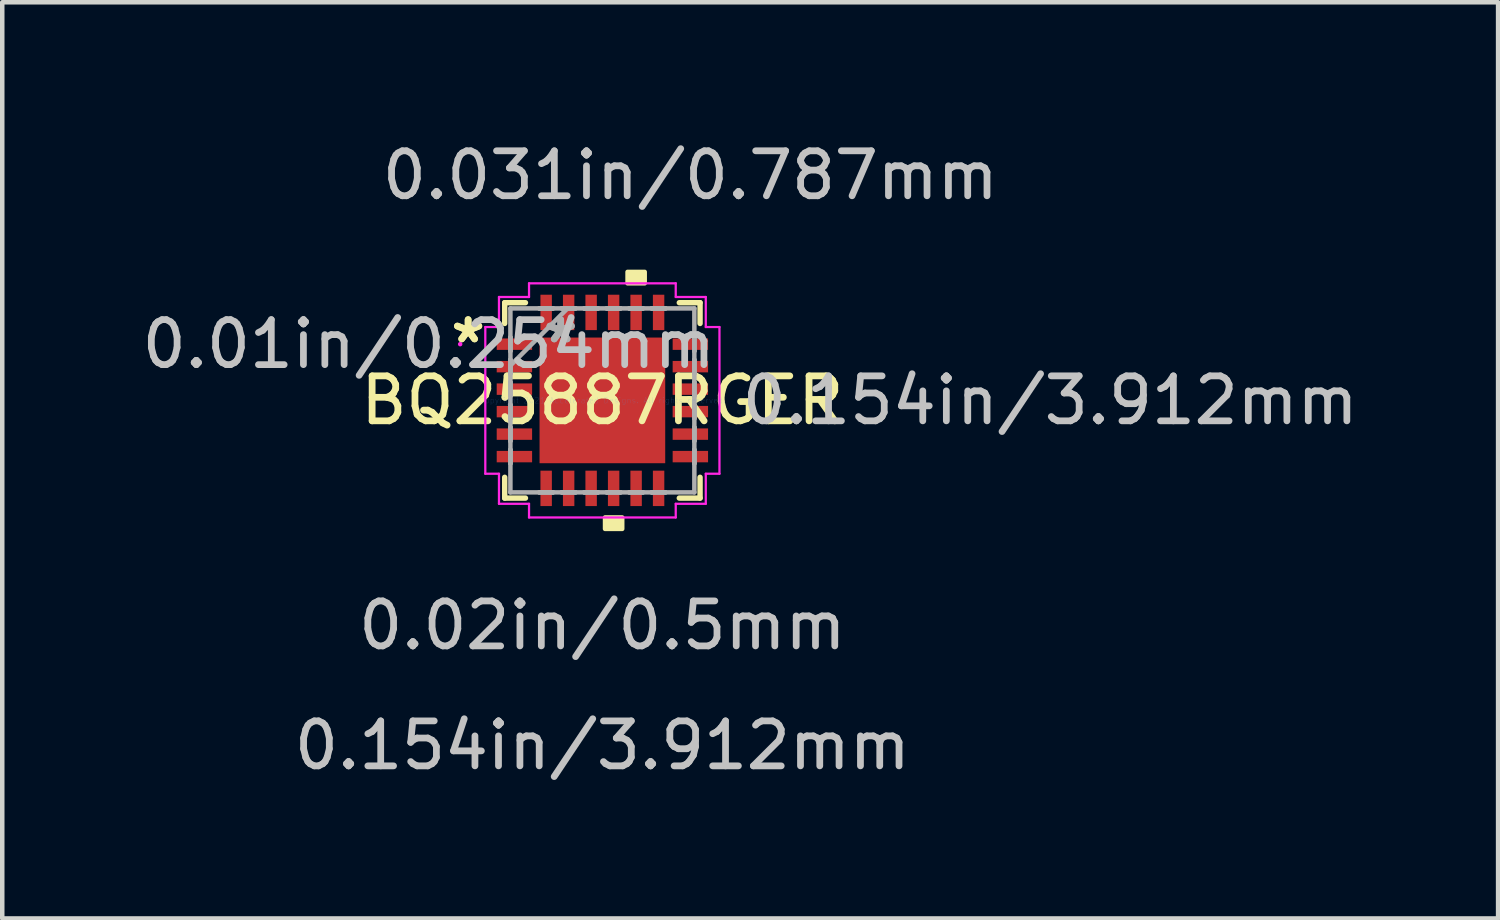
<source format=kicad_pcb>
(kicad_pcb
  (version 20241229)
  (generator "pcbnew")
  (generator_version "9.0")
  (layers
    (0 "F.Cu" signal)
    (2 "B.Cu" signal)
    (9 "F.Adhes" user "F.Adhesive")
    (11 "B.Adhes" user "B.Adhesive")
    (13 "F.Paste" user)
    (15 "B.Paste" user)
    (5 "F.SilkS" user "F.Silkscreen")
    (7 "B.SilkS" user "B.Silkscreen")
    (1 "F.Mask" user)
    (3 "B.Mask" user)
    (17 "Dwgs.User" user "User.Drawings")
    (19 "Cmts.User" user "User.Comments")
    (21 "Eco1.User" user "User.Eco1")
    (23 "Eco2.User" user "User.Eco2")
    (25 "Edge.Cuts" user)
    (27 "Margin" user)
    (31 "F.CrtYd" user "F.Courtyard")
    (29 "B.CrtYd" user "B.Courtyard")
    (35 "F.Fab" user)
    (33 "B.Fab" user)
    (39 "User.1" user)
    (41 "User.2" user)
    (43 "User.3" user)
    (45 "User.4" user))
  (footprint "BQ25887RGER"
    (layer "F.Cu")
    (at 10.343 5.852)
    (property "Reference" "BQ25887RGER" (at 0 0 0) (layer "F.SilkS") (effects (font (size 1 1) (thickness 0.15))))
    (attr through_hole)
    (fp_line (start -2.172 -2.172) (end -2.172 -1.71) (stroke (width 0.12) (type solid)) (layer "F.SilkS"))
    (fp_line (start -2.172 1.71) (end -2.172 2.172) (stroke (width 0.12) (type solid)) (layer "F.SilkS"))
    (fp_line (start -2.172 2.172) (end -1.71 2.172) (stroke (width 0.12) (type solid)) (layer "F.SilkS"))
    (fp_line (start -1.71 -2.172) (end -2.172 -2.172) (stroke (width 0.12) (type solid)) (layer "F.SilkS"))
    (fp_line (start 1.71 2.172) (end 2.172 2.172) (stroke (width 0.12) (type solid)) (layer "F.SilkS"))
    (fp_line (start 2.172 -2.172) (end 1.71 -2.172) (stroke (width 0.12) (type solid)) (layer "F.SilkS"))
    (fp_line (start 2.172 -1.71) (end 2.172 -2.172) (stroke (width 0.12) (type solid)) (layer "F.SilkS"))
    (fp_line (start 2.172 2.172) (end 2.172 1.71) (stroke (width 0.12) (type solid)) (layer "F.SilkS"))
    (fp_poly (pts (xy 0.059 2.603) (xy 0.059 2.857) (xy 0.441 2.857) (xy 0.441 2.603)) (stroke (width 0.1) (type solid)) (fill yes) (layer "F.SilkS"))
    (fp_poly (pts (xy 0.56 -2.603) (xy 0.56 -2.857) (xy 0.941 -2.857) (xy 0.941 -2.603)) (stroke (width 0.1) (type solid)) (fill yes) (layer "F.SilkS"))
    (fp_line (start -2.603 -1.631) (end -2.299 -1.631) (stroke (width 0.05) (type solid)) (layer "F.CrtYd"))
    (fp_line (start -2.603 1.631) (end -2.603 -1.631) (stroke (width 0.05) (type solid)) (layer "F.CrtYd"))
    (fp_line (start -2.299 -2.299) (end -1.631 -2.299) (stroke (width 0.05) (type solid)) (layer "F.CrtYd"))
    (fp_line (start -2.299 -1.631) (end -2.299 -2.299) (stroke (width 0.05) (type solid)) (layer "F.CrtYd"))
    (fp_line (start -2.299 1.631) (end -2.603 1.631) (stroke (width 0.05) (type solid)) (layer "F.CrtYd"))
    (fp_line (start -2.299 2.299) (end -2.299 1.631) (stroke (width 0.05) (type solid)) (layer "F.CrtYd"))
    (fp_line (start -1.631 -2.603) (end 1.631 -2.603) (stroke (width 0.05) (type solid)) (layer "F.CrtYd"))
    (fp_line (start -1.631 -2.299) (end -1.631 -2.603) (stroke (width 0.05) (type solid)) (layer "F.CrtYd"))
    (fp_line (start -1.631 2.299) (end -2.299 2.299) (stroke (width 0.05) (type solid)) (layer "F.CrtYd"))
    (fp_line (start -1.631 2.603) (end -1.631 2.299) (stroke (width 0.05) (type solid)) (layer "F.CrtYd"))
    (fp_line (start 1.631 -2.603) (end 1.631 -2.299) (stroke (width 0.05) (type solid)) (layer "F.CrtYd"))
    (fp_line (start 1.631 -2.299) (end 2.299 -2.299) (stroke (width 0.05) (type solid)) (layer "F.CrtYd"))
    (fp_line (start 1.631 2.299) (end 1.631 2.603) (stroke (width 0.05) (type solid)) (layer "F.CrtYd"))
    (fp_line (start 1.631 2.603) (end -1.631 2.603) (stroke (width 0.05) (type solid)) (layer "F.CrtYd"))
    (fp_line (start 2.299 -2.299) (end 2.299 -1.631) (stroke (width 0.05) (type solid)) (layer "F.CrtYd"))
    (fp_line (start 2.299 -1.631) (end 2.603 -1.631) (stroke (width 0.05) (type solid)) (layer "F.CrtYd"))
    (fp_line (start 2.299 1.631) (end 2.299 2.299) (stroke (width 0.05) (type solid)) (layer "F.CrtYd"))
    (fp_line (start 2.299 2.299) (end 1.631 2.299) (stroke (width 0.05) (type solid)) (layer "F.CrtYd"))
    (fp_line (start 2.603 -1.631) (end 2.603 1.631) (stroke (width 0.05) (type solid)) (layer "F.CrtYd"))
    (fp_line (start 2.603 1.631) (end 2.299 1.631) (stroke (width 0.05) (type solid)) (layer "F.CrtYd"))
    (fp_circle (center -3.162 -1.25) (end -3.162 -1.25) (stroke (width 0.05) (type solid)) (fill no) (layer "F.CrtYd"))
    (fp_line (start -2.045 -2.045) (end -2.045 2.045) (stroke (width 0.1) (type solid)) (layer "F.Fab"))
    (fp_line (start -2.045 -1.402) (end -2.045 -1.402) (stroke (width 0.1) (type solid)) (layer "F.Fab"))
    (fp_line (start -2.045 -1.402) (end -2.045 -1.098) (stroke (width 0.1) (type solid)) (layer "F.Fab"))
    (fp_line (start -2.045 -1.098) (end -2.045 -1.402) (stroke (width 0.1) (type solid)) (layer "F.Fab"))
    (fp_line (start -2.045 -1.098) (end -2.045 -1.098) (stroke (width 0.1) (type solid)) (layer "F.Fab"))
    (fp_line (start -2.045 -0.902) (end -2.045 -0.902) (stroke (width 0.1) (type solid)) (layer "F.Fab"))
    (fp_line (start -2.045 -0.902) (end -2.045 -0.598) (stroke (width 0.1) (type solid)) (layer "F.Fab"))
    (fp_line (start -2.045 -0.775) (end -0.775 -2.045) (stroke (width 0.1) (type solid)) (layer "F.Fab"))
    (fp_line (start -2.045 -0.598) (end -2.045 -0.902) (stroke (width 0.1) (type solid)) (layer "F.Fab"))
    (fp_line (start -2.045 -0.598) (end -2.045 -0.598) (stroke (width 0.1) (type solid)) (layer "F.Fab"))
    (fp_line (start -2.045 -0.402) (end -2.045 -0.402) (stroke (width 0.1) (type solid)) (layer "F.Fab"))
    (fp_line (start -2.045 -0.402) (end -2.045 -0.098) (stroke (width 0.1) (type solid)) (layer "F.Fab"))
    (fp_line (start -2.045 -0.098) (end -2.045 -0.402) (stroke (width 0.1) (type solid)) (layer "F.Fab"))
    (fp_line (start -2.045 -0.098) (end -2.045 -0.098) (stroke (width 0.1) (type solid)) (layer "F.Fab"))
    (fp_line (start -2.045 0.098) (end -2.045 0.098) (stroke (width 0.1) (type solid)) (layer "F.Fab"))
    (fp_line (start -2.045 0.098) (end -2.045 0.402) (stroke (width 0.1) (type solid)) (layer "F.Fab"))
    (fp_line (start -2.045 0.402) (end -2.045 0.098) (stroke (width 0.1) (type solid)) (layer "F.Fab"))
    (fp_line (start -2.045 0.402) (end -2.045 0.402) (stroke (width 0.1) (type solid)) (layer "F.Fab"))
    (fp_line (start -2.045 0.598) (end -2.045 0.598) (stroke (width 0.1) (type solid)) (layer "F.Fab"))
    (fp_line (start -2.045 0.598) (end -2.045 0.902) (stroke (width 0.1) (type solid)) (layer "F.Fab"))
    (fp_line (start -2.045 0.902) (end -2.045 0.598) (stroke (width 0.1) (type solid)) (layer "F.Fab"))
    (fp_line (start -2.045 0.902) (end -2.045 0.902) (stroke (width 0.1) (type solid)) (layer "F.Fab"))
    (fp_line (start -2.045 1.098) (end -2.045 1.098) (stroke (width 0.1) (type solid)) (layer "F.Fab"))
    (fp_line (start -2.045 1.098) (end -2.045 1.402) (stroke (width 0.1) (type solid)) (layer "F.Fab"))
    (fp_line (start -2.045 1.402) (end -2.045 1.098) (stroke (width 0.1) (type solid)) (layer "F.Fab"))
    (fp_line (start -2.045 1.402) (end -2.045 1.402) (stroke (width 0.1) (type solid)) (layer "F.Fab"))
    (fp_line (start -2.045 2.045) (end 2.045 2.045) (stroke (width 0.1) (type solid)) (layer "F.Fab"))
    (fp_line (start -1.402 -2.045) (end -1.402 -2.045) (stroke (width 0.1) (type solid)) (layer "F.Fab"))
    (fp_line (start -1.402 -2.045) (end -1.098 -2.045) (stroke (width 0.1) (type solid)) (layer "F.Fab"))
    (fp_line (start -1.402 2.045) (end -1.402 2.045) (stroke (width 0.1) (type solid)) (layer "F.Fab"))
    (fp_line (start -1.402 2.045) (end -1.098 2.045) (stroke (width 0.1) (type solid)) (layer "F.Fab"))
    (fp_line (start -1.098 -2.045) (end -1.402 -2.045) (stroke (width 0.1) (type solid)) (layer "F.Fab"))
    (fp_line (start -1.098 -2.045) (end -1.098 -2.045) (stroke (width 0.1) (type solid)) (layer "F.Fab"))
    (fp_line (start -1.098 2.045) (end -1.402 2.045) (stroke (width 0.1) (type solid)) (layer "F.Fab"))
    (fp_line (start -1.098 2.045) (end -1.098 2.045) (stroke (width 0.1) (type solid)) (layer "F.Fab"))
    (fp_line (start -0.902 -2.045) (end -0.902 -2.045) (stroke (width 0.1) (type solid)) (layer "F.Fab"))
    (fp_line (start -0.902 -2.045) (end -0.598 -2.045) (stroke (width 0.1) (type solid)) (layer "F.Fab"))
    (fp_line (start -0.902 2.045) (end -0.902 2.045) (stroke (width 0.1) (type solid)) (layer "F.Fab"))
    (fp_line (start -0.902 2.045) (end -0.598 2.045) (stroke (width 0.1) (type solid)) (layer "F.Fab"))
    (fp_line (start -0.598 -2.045) (end -0.902 -2.045) (stroke (width 0.1) (type solid)) (layer "F.Fab"))
    (fp_line (start -0.598 -2.045) (end -0.598 -2.045) (stroke (width 0.1) (type solid)) (layer "F.Fab"))
    (fp_line (start -0.598 2.045) (end -0.902 2.045) (stroke (width 0.1) (type solid)) (layer "F.Fab"))
    (fp_line (start -0.598 2.045) (end -0.598 2.045) (stroke (width 0.1) (type solid)) (layer "F.Fab"))
    (fp_line (start -0.402 -2.045) (end -0.402 -2.045) (stroke (width 0.1) (type solid)) (layer "F.Fab"))
    (fp_line (start -0.402 -2.045) (end -0.098 -2.045) (stroke (width 0.1) (type solid)) (layer "F.Fab"))
    (fp_line (start -0.402 2.045) (end -0.402 2.045) (stroke (width 0.1) (type solid)) (layer "F.Fab"))
    (fp_line (start -0.402 2.045) (end -0.098 2.045) (stroke (width 0.1) (type solid)) (layer "F.Fab"))
    (fp_line (start -0.098 -2.045) (end -0.402 -2.045) (stroke (width 0.1) (type solid)) (layer "F.Fab"))
    (fp_line (start -0.098 -2.045) (end -0.098 -2.045) (stroke (width 0.1) (type solid)) (layer "F.Fab"))
    (fp_line (start -0.098 2.045) (end -0.402 2.045) (stroke (width 0.1) (type solid)) (layer "F.Fab"))
    (fp_line (start -0.098 2.045) (end -0.098 2.045) (stroke (width 0.1) (type solid)) (layer "F.Fab"))
    (fp_line (start 0.098 -2.045) (end 0.098 -2.045) (stroke (width 0.1) (type solid)) (layer "F.Fab"))
    (fp_line (start 0.098 -2.045) (end 0.402 -2.045) (stroke (width 0.1) (type solid)) (layer "F.Fab"))
    (fp_line (start 0.098 2.045) (end 0.098 2.045) (stroke (width 0.1) (type solid)) (layer "F.Fab"))
    (fp_line (start 0.098 2.045) (end 0.402 2.045) (stroke (width 0.1) (type solid)) (layer "F.Fab"))
    (fp_line (start 0.402 -2.045) (end 0.098 -2.045) (stroke (width 0.1) (type solid)) (layer "F.Fab"))
    (fp_line (start 0.402 -2.045) (end 0.402 -2.045) (stroke (width 0.1) (type solid)) (layer "F.Fab"))
    (fp_line (start 0.402 2.045) (end 0.098 2.045) (stroke (width 0.1) (type solid)) (layer "F.Fab"))
    (fp_line (start 0.402 2.045) (end 0.402 2.045) (stroke (width 0.1) (type solid)) (layer "F.Fab"))
    (fp_line (start 0.598 -2.045) (end 0.598 -2.045) (stroke (width 0.1) (type solid)) (layer "F.Fab"))
    (fp_line (start 0.598 -2.045) (end 0.902 -2.045) (stroke (width 0.1) (type solid)) (layer "F.Fab"))
    (fp_line (start 0.598 2.045) (end 0.598 2.045) (stroke (width 0.1) (type solid)) (layer "F.Fab"))
    (fp_line (start 0.598 2.045) (end 0.902 2.045) (stroke (width 0.1) (type solid)) (layer "F.Fab"))
    (fp_line (start 0.902 -2.045) (end 0.598 -2.045) (stroke (width 0.1) (type solid)) (layer "F.Fab"))
    (fp_line (start 0.902 -2.045) (end 0.902 -2.045) (stroke (width 0.1) (type solid)) (layer "F.Fab"))
    (fp_line (start 0.902 2.045) (end 0.598 2.045) (stroke (width 0.1) (type solid)) (layer "F.Fab"))
    (fp_line (start 0.902 2.045) (end 0.902 2.045) (stroke (width 0.1) (type solid)) (layer "F.Fab"))
    (fp_line (start 1.098 -2.045) (end 1.098 -2.045) (stroke (width 0.1) (type solid)) (layer "F.Fab"))
    (fp_line (start 1.098 -2.045) (end 1.402 -2.045) (stroke (width 0.1) (type solid)) (layer "F.Fab"))
    (fp_line (start 1.098 2.045) (end 1.098 2.045) (stroke (width 0.1) (type solid)) (layer "F.Fab"))
    (fp_line (start 1.098 2.045) (end 1.402 2.045) (stroke (width 0.1) (type solid)) (layer "F.Fab"))
    (fp_line (start 1.402 -2.045) (end 1.098 -2.045) (stroke (width 0.1) (type solid)) (layer "F.Fab"))
    (fp_line (start 1.402 -2.045) (end 1.402 -2.045) (stroke (width 0.1) (type solid)) (layer "F.Fab"))
    (fp_line (start 1.402 2.045) (end 1.098 2.045) (stroke (width 0.1) (type solid)) (layer "F.Fab"))
    (fp_line (start 1.402 2.045) (end 1.402 2.045) (stroke (width 0.1) (type solid)) (layer "F.Fab"))
    (fp_line (start 2.045 -2.045) (end -2.045 -2.045) (stroke (width 0.1) (type solid)) (layer "F.Fab"))
    (fp_line (start 2.045 -1.402) (end 2.045 -1.402) (stroke (width 0.1) (type solid)) (layer "F.Fab"))
    (fp_line (start 2.045 -1.402) (end 2.045 -1.098) (stroke (width 0.1) (type solid)) (layer "F.Fab"))
    (fp_line (start 2.045 -1.098) (end 2.045 -1.402) (stroke (width 0.1) (type solid)) (layer "F.Fab"))
    (fp_line (start 2.045 -1.098) (end 2.045 -1.098) (stroke (width 0.1) (type solid)) (layer "F.Fab"))
    (fp_line (start 2.045 -0.902) (end 2.045 -0.902) (stroke (width 0.1) (type solid)) (layer "F.Fab"))
    (fp_line (start 2.045 -0.902) (end 2.045 -0.598) (stroke (width 0.1) (type solid)) (layer "F.Fab"))
    (fp_line (start 2.045 -0.598) (end 2.045 -0.902) (stroke (width 0.1) (type solid)) (layer "F.Fab"))
    (fp_line (start 2.045 -0.598) (end 2.045 -0.598) (stroke (width 0.1) (type solid)) (layer "F.Fab"))
    (fp_line (start 2.045 -0.402) (end 2.045 -0.402) (stroke (width 0.1) (type solid)) (layer "F.Fab"))
    (fp_line (start 2.045 -0.402) (end 2.045 -0.098) (stroke (width 0.1) (type solid)) (layer "F.Fab"))
    (fp_line (start 2.045 -0.098) (end 2.045 -0.402) (stroke (width 0.1) (type solid)) (layer "F.Fab"))
    (fp_line (start 2.045 -0.098) (end 2.045 -0.098) (stroke (width 0.1) (type solid)) (layer "F.Fab"))
    (fp_line (start 2.045 0.098) (end 2.045 0.098) (stroke (width 0.1) (type solid)) (layer "F.Fab"))
    (fp_line (start 2.045 0.098) (end 2.045 0.402) (stroke (width 0.1) (type solid)) (layer "F.Fab"))
    (fp_line (start 2.045 0.402) (end 2.045 0.098) (stroke (width 0.1) (type solid)) (layer "F.Fab"))
    (fp_line (start 2.045 0.402) (end 2.045 0.402) (stroke (width 0.1) (type solid)) (layer "F.Fab"))
    (fp_line (start 2.045 0.598) (end 2.045 0.598) (stroke (width 0.1) (type solid)) (layer "F.Fab"))
    (fp_line (start 2.045 0.598) (end 2.045 0.902) (stroke (width 0.1) (type solid)) (layer "F.Fab"))
    (fp_line (start 2.045 0.902) (end 2.045 0.598) (stroke (width 0.1) (type solid)) (layer "F.Fab"))
    (fp_line (start 2.045 0.902) (end 2.045 0.902) (stroke (width 0.1) (type solid)) (layer "F.Fab"))
    (fp_line (start 2.045 1.098) (end 2.045 1.098) (stroke (width 0.1) (type solid)) (layer "F.Fab"))
    (fp_line (start 2.045 1.098) (end 2.045 1.402) (stroke (width 0.1) (type solid)) (layer "F.Fab"))
    (fp_line (start 2.045 1.402) (end 2.045 1.098) (stroke (width 0.1) (type solid)) (layer "F.Fab"))
    (fp_line (start 2.045 1.402) (end 2.045 1.402) (stroke (width 0.1) (type solid)) (layer "F.Fab"))
    (fp_line (start 2.045 2.045) (end 2.045 -2.045) (stroke (width 0.1) (type solid)) (layer "F.Fab"))
    (fp_text user "*" (at -2.985 -1.25 0) (layer "F.SilkS") (effects (font (size 1 1) (thickness 0.15))))
    (fp_text user "*" (at -2.985 -1.25 0) (layer "F.SilkS") (effects (font (size 1 1) (thickness 0.15))))
    (fp_text user "0.154in/3.912mm" (at 9.957 0 0) (layer "Dwgs.User") (effects (font (size 1 1) (thickness 0.15))))
    (fp_text user "0.154in/3.912mm" (at 0 7.671 0) (layer "Dwgs.User") (effects (font (size 1 1) (thickness 0.15))))
    (fp_text user "0.031in/0.787mm" (at 1.956 -5.004 0) (layer "Dwgs.User") (effects (font (size 1 1) (thickness 0.15))))
    (fp_text user "0.01in/0.254mm" (at -3.861 -1.25 0) (layer "Dwgs.User") (effects (font (size 1 1) (thickness 0.15))))
    (fp_text user "0.02in/0.5mm" (at 0 5.004 0) (layer "Dwgs.User") (effects (font (size 1 1) (thickness 0.15))))
    (fp_text user "Copyright 2021 Accelerated Designs. All rights reserved." (at 0 0 0) (layer "Cmts.User") (effects (font (size 0.127 0.127) (thickness 0.002))))
    (fp_text user "*" (at -0.927 -1.25 0) (layer "F.Fab") (effects (font (size 1 1) (thickness 0.15))))
    (fp_text user "*" (at -0.927 -1.25 0) (layer "F.Fab") (effects (font (size 1 1) (thickness 0.15))))
    (pad "1" smd rect (at -1.956 -1.25 90) (size 0.254 0.787) (layers "F.Cu" "F.Mask" "F.Paste"))
    (pad "2" smd rect (at -1.956 -0.75 90) (size 0.254 0.787) (layers "F.Cu" "F.Mask" "F.Paste"))
    (pad "3" smd rect (at -1.956 -0.25 90) (size 0.254 0.787) (layers "F.Cu" "F.Mask" "F.Paste"))
    (pad "4" smd rect (at -1.956 0.25 90) (size 0.254 0.787) (layers "F.Cu" "F.Mask" "F.Paste"))
    (pad "5" smd rect (at -1.956 0.75 90) (size 0.254 0.787) (layers "F.Cu" "F.Mask" "F.Paste"))
    (pad "6" smd rect (at -1.956 1.25 90) (size 0.254 0.787) (layers "F.Cu" "F.Mask" "F.Paste"))
    (pad "7" smd rect (at -1.25 1.956) (size 0.254 0.787) (layers "F.Cu" "F.Mask" "F.Paste"))
    (pad "8" smd rect (at -0.75 1.956) (size 0.254 0.787) (layers "F.Cu" "F.Mask" "F.Paste"))
    (pad "9" smd rect (at -0.25 1.956) (size 0.254 0.787) (layers "F.Cu" "F.Mask" "F.Paste"))
    (pad "10" smd rect (at 0.25 1.956) (size 0.254 0.787) (layers "F.Cu" "F.Mask" "F.Paste"))
    (pad "11" smd rect (at 0.75 1.956) (size 0.254 0.787) (layers "F.Cu" "F.Mask" "F.Paste"))
    (pad "12" smd rect (at 1.25 1.956) (size 0.254 0.787) (layers "F.Cu" "F.Mask" "F.Paste"))
    (pad "13" smd rect (at 1.956 1.25 90) (size 0.254 0.787) (layers "F.Cu" "F.Mask" "F.Paste"))
    (pad "14" smd rect (at 1.956 0.75 90) (size 0.254 0.787) (layers "F.Cu" "F.Mask" "F.Paste"))
    (pad "15" smd rect (at 1.956 0.25 90) (size 0.254 0.787) (layers "F.Cu" "F.Mask" "F.Paste"))
    (pad "16" smd rect (at 1.956 -0.25 90) (size 0.254 0.787) (layers "F.Cu" "F.Mask" "F.Paste"))
    (pad "17" smd rect (at 1.956 -0.75 90) (size 0.254 0.787) (layers "F.Cu" "F.Mask" "F.Paste"))
    (pad "18" smd rect (at 1.956 -1.25 90) (size 0.254 0.787) (layers "F.Cu" "F.Mask" "F.Paste"))
    (pad "19" smd rect (at 1.25 -1.956) (size 0.254 0.787) (layers "F.Cu" "F.Mask" "F.Paste"))
    (pad "20" smd rect (at 0.75 -1.956) (size 0.254 0.787) (layers "F.Cu" "F.Mask" "F.Paste"))
    (pad "21" smd rect (at 0.25 -1.956) (size 0.254 0.787) (layers "F.Cu" "F.Mask" "F.Paste"))
    (pad "22" smd rect (at -0.25 -1.956) (size 0.254 0.787) (layers "F.Cu" "F.Mask" "F.Paste"))
    (pad "23" smd rect (at -0.75 -1.956) (size 0.254 0.787) (layers "F.Cu" "F.Mask" "F.Paste"))
    (pad "24" smd rect (at -1.25 -1.956) (size 0.254 0.787) (layers "F.Cu" "F.Mask" "F.Paste"))
    (pad "25" smd rect (at 0 0) (size 2.794 2.794) (layers "F.Cu" "F.Mask" "F.Paste")))
  (gr_rect
    (start -3 -3)
    (end 30.258 17.371)
    (stroke (width 0.1) (type default))
    (fill no)
    (layer "Edge.Cuts")))
</source>
